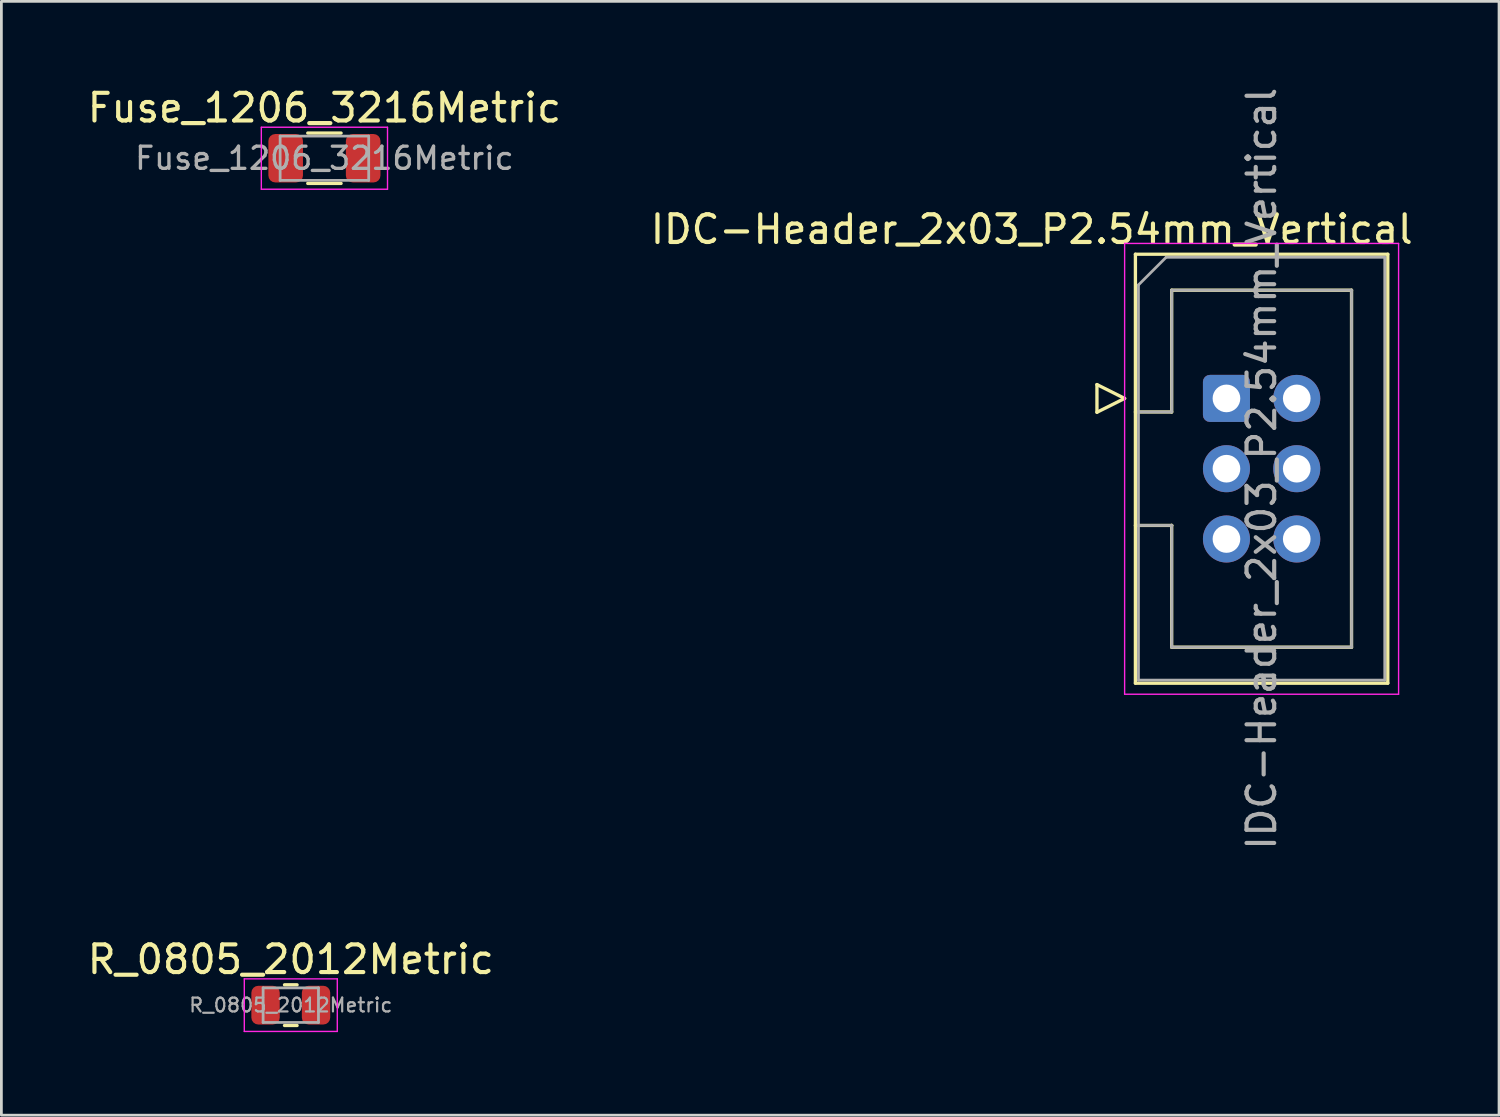
<source format=kicad_pcb>
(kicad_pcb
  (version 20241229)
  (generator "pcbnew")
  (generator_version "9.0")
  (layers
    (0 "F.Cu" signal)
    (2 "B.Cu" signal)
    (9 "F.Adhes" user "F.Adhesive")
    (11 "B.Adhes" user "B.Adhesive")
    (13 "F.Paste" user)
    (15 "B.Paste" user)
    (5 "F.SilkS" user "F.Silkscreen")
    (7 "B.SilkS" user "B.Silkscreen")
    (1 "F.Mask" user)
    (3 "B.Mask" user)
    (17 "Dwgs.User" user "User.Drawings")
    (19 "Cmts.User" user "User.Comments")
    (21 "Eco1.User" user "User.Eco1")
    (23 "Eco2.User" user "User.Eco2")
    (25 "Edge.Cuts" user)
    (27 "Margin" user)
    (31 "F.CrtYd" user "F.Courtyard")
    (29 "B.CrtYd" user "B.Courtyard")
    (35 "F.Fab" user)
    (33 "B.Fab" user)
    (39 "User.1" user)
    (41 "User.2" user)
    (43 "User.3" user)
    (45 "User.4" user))
  (footprint "IDC-Header_2x03_P2.54mm_Vertical"
    (layer "F.Cu")
    (at 41.269 11.347)
    (property "Reference" "IDC-Header_2x03_P2.54mm_Vertical" (at -7.037 -6.108 180) (layer "F.SilkS") (effects (font (size 1 1) (thickness 0.15))))
    (attr through_hole)
    (fp_line (start -4.68 -0.5) (end -4.68 0.5) (stroke (width 0.12) (type solid)) (layer "F.SilkS"))
    (fp_line (start -4.68 0.5) (end -3.68 0) (stroke (width 0.12) (type solid)) (layer "F.SilkS"))
    (fp_line (start -3.68 0) (end -4.68 -0.5) (stroke (width 0.12) (type solid)) (layer "F.SilkS"))
    (fp_line (start -3.29 -5.21) (end 5.83 -5.21) (stroke (width 0.12) (type solid)) (layer "F.SilkS"))
    (fp_line (start -3.29 0.49) (end -1.98 0.49) (stroke (width 0.12) (type solid)) (layer "F.SilkS"))
    (fp_line (start -3.29 10.29) (end -3.29 -5.21) (stroke (width 0.12) (type solid)) (layer "F.SilkS"))
    (fp_line (start -1.98 -3.91) (end 4.52 -3.91) (stroke (width 0.12) (type solid)) (layer "F.SilkS"))
    (fp_line (start -1.98 0.49) (end -1.98 -3.91) (stroke (width 0.12) (type solid)) (layer "F.SilkS"))
    (fp_line (start -1.98 4.59) (end -3.29 4.59) (stroke (width 0.12) (type solid)) (layer "F.SilkS"))
    (fp_line (start -1.98 4.59) (end -1.98 4.59) (stroke (width 0.12) (type solid)) (layer "F.SilkS"))
    (fp_line (start -1.98 8.99) (end -1.98 4.59) (stroke (width 0.12) (type solid)) (layer "F.SilkS"))
    (fp_line (start 4.52 -3.91) (end 4.52 8.99) (stroke (width 0.12) (type solid)) (layer "F.SilkS"))
    (fp_line (start 4.52 8.99) (end -1.98 8.99) (stroke (width 0.12) (type solid)) (layer "F.SilkS"))
    (fp_line (start 5.83 -5.21) (end 5.83 10.29) (stroke (width 0.12) (type solid)) (layer "F.SilkS"))
    (fp_line (start 5.83 10.29) (end -3.29 10.29) (stroke (width 0.12) (type solid)) (layer "F.SilkS"))
    (fp_line (start -3.68 -5.6) (end -3.68 10.69) (stroke (width 0.05) (type solid)) (layer "F.CrtYd"))
    (fp_line (start -3.68 10.69) (end 6.22 10.69) (stroke (width 0.05) (type solid)) (layer "F.CrtYd"))
    (fp_line (start 6.22 -5.6) (end -3.68 -5.6) (stroke (width 0.05) (type solid)) (layer "F.CrtYd"))
    (fp_line (start 6.22 10.69) (end 6.22 -5.6) (stroke (width 0.05) (type solid)) (layer "F.CrtYd"))
    (fp_line (start -3.18 -4.1) (end -2.18 -5.1) (stroke (width 0.1) (type solid)) (layer "F.Fab"))
    (fp_line (start -3.18 0.49) (end -1.98 0.49) (stroke (width 0.1) (type solid)) (layer "F.Fab"))
    (fp_line (start -3.18 10.18) (end -3.18 -4.1) (stroke (width 0.1) (type solid)) (layer "F.Fab"))
    (fp_line (start -2.18 -5.1) (end 5.72 -5.1) (stroke (width 0.1) (type solid)) (layer "F.Fab"))
    (fp_line (start -1.98 -3.91) (end 4.52 -3.91) (stroke (width 0.1) (type solid)) (layer "F.Fab"))
    (fp_line (start -1.98 0.49) (end -1.98 -3.91) (stroke (width 0.1) (type solid)) (layer "F.Fab"))
    (fp_line (start -1.98 4.59) (end -3.18 4.59) (stroke (width 0.1) (type solid)) (layer "F.Fab"))
    (fp_line (start -1.98 4.59) (end -1.98 4.59) (stroke (width 0.1) (type solid)) (layer "F.Fab"))
    (fp_line (start -1.98 8.99) (end -1.98 4.59) (stroke (width 0.1) (type solid)) (layer "F.Fab"))
    (fp_line (start 4.52 -3.91) (end 4.52 8.99) (stroke (width 0.1) (type solid)) (layer "F.Fab"))
    (fp_line (start 4.52 8.99) (end -1.98 8.99) (stroke (width 0.1) (type solid)) (layer "F.Fab"))
    (fp_line (start 5.72 -5.1) (end 5.72 10.18) (stroke (width 0.1) (type solid)) (layer "F.Fab"))
    (fp_line (start 5.72 10.18) (end -3.18 10.18) (stroke (width 0.1) (type solid)) (layer "F.Fab"))
    (fp_text user "${REFERENCE}" (at 1.27 2.54 270) (layer "F.Fab") (effects (font (size 1 1) (thickness 0.15))))
    (pad "1" thru_hole roundrect (at 0 0) (size 1.7 1.7) (drill 1) (layers "*.Cu" "*.Mask") (roundrect_rratio 0.147))
    (pad "2" thru_hole circle (at 2.54 0) (size 1.7 1.7) (drill 1) (layers "*.Cu" "*.Mask"))
    (pad "3" thru_hole circle (at 0 2.54) (size 1.7 1.7) (drill 1) (layers "*.Cu" "*.Mask"))
    (pad "4" thru_hole circle (at 2.54 2.54) (size 1.7 1.7) (drill 1) (layers "*.Cu" "*.Mask"))
    (pad "5" thru_hole circle (at 0 5.08) (size 1.7 1.7) (drill 1) (layers "*.Cu" "*.Mask"))
    (pad "6" thru_hole circle (at 2.54 5.08) (size 1.7 1.7) (drill 1) (layers "*.Cu" "*.Mask")))
  (footprint "R_0805_2012Metric"
    (layer "F.Cu")
    (at 7.458 33.272)
    (property "Reference" "R_0805_2012Metric" (at 0 -1.65 180) (layer "F.SilkS") (effects (font (size 1 1) (thickness 0.15))))
    (attr smd)
    (fp_line (start -0.227 -0.735) (end 0.227 -0.735) (stroke (width 0.12) (type solid)) (layer "F.SilkS"))
    (fp_line (start -0.227 0.735) (end 0.227 0.735) (stroke (width 0.12) (type solid)) (layer "F.SilkS"))
    (fp_line (start -1.68 -0.95) (end 1.68 -0.95) (stroke (width 0.05) (type solid)) (layer "F.CrtYd"))
    (fp_line (start -1.68 0.95) (end -1.68 -0.95) (stroke (width 0.05) (type solid)) (layer "F.CrtYd"))
    (fp_line (start 1.68 -0.95) (end 1.68 0.95) (stroke (width 0.05) (type solid)) (layer "F.CrtYd"))
    (fp_line (start 1.68 0.95) (end -1.68 0.95) (stroke (width 0.05) (type solid)) (layer "F.CrtYd"))
    (fp_line (start -1 -0.625) (end 1 -0.625) (stroke (width 0.1) (type solid)) (layer "F.Fab"))
    (fp_line (start -1 0.625) (end -1 -0.625) (stroke (width 0.1) (type solid)) (layer "F.Fab"))
    (fp_line (start 1 -0.625) (end 1 0.625) (stroke (width 0.1) (type solid)) (layer "F.Fab"))
    (fp_line (start 1 0.625) (end -1 0.625) (stroke (width 0.1) (type solid)) (layer "F.Fab"))
    (fp_text user "${REFERENCE}" (at 0 0 180) (layer "F.Fab") (effects (font (size 0.5 0.5) (thickness 0.08))))
    (pad "1" smd roundrect (at -0.912 0) (size 1.025 1.4) (layers "F.Cu" "F.Mask" "F.Paste") (roundrect_rratio 0.244))
    (pad "2" smd roundrect (at 0.912 0) (size 1.025 1.4) (layers "F.Cu" "F.Mask" "F.Paste") (roundrect_rratio 0.244)))
  (footprint "Fuse_1206_3216Metric"
    (layer "F.Cu")
    (at 8.673 2.668)
    (property "Reference" "Fuse_1206_3216Metric" (at 0 -1.82 180) (layer "F.SilkS") (effects (font (size 1 1) (thickness 0.15))))
    (attr smd)
    (fp_line (start -0.602 -0.91) (end 0.602 -0.91) (stroke (width 0.12) (type solid)) (layer "F.SilkS"))
    (fp_line (start -0.602 0.91) (end 0.602 0.91) (stroke (width 0.12) (type solid)) (layer "F.SilkS"))
    (fp_line (start -2.28 -1.12) (end 2.28 -1.12) (stroke (width 0.05) (type solid)) (layer "F.CrtYd"))
    (fp_line (start -2.28 1.12) (end -2.28 -1.12) (stroke (width 0.05) (type solid)) (layer "F.CrtYd"))
    (fp_line (start 2.28 -1.12) (end 2.28 1.12) (stroke (width 0.05) (type solid)) (layer "F.CrtYd"))
    (fp_line (start 2.28 1.12) (end -2.28 1.12) (stroke (width 0.05) (type solid)) (layer "F.CrtYd"))
    (fp_line (start -1.6 -0.8) (end 1.6 -0.8) (stroke (width 0.1) (type solid)) (layer "F.Fab"))
    (fp_line (start -1.6 0.8) (end -1.6 -0.8) (stroke (width 0.1) (type solid)) (layer "F.Fab"))
    (fp_line (start 1.6 -0.8) (end 1.6 0.8) (stroke (width 0.1) (type solid)) (layer "F.Fab"))
    (fp_line (start 1.6 0.8) (end -1.6 0.8) (stroke (width 0.1) (type solid)) (layer "F.Fab"))
    (fp_text user "${REFERENCE}" (at 0 0 180) (layer "F.Fab") (effects (font (size 0.8 0.8) (thickness 0.12))))
    (pad "1" smd roundrect (at -1.4 0) (size 1.25 1.75) (layers "F.Cu" "F.Mask" "F.Paste") (roundrect_rratio 0.2))
    (pad "2" smd roundrect (at 1.4 0) (size 1.25 1.75) (layers "F.Cu" "F.Mask" "F.Paste") (roundrect_rratio 0.2)))
  (gr_rect
    (start -3 -3)
    (end 51.119 37.247)
    (stroke (width 0.1) (type default))
    (fill no)
    (layer "Edge.Cuts")))
</source>
